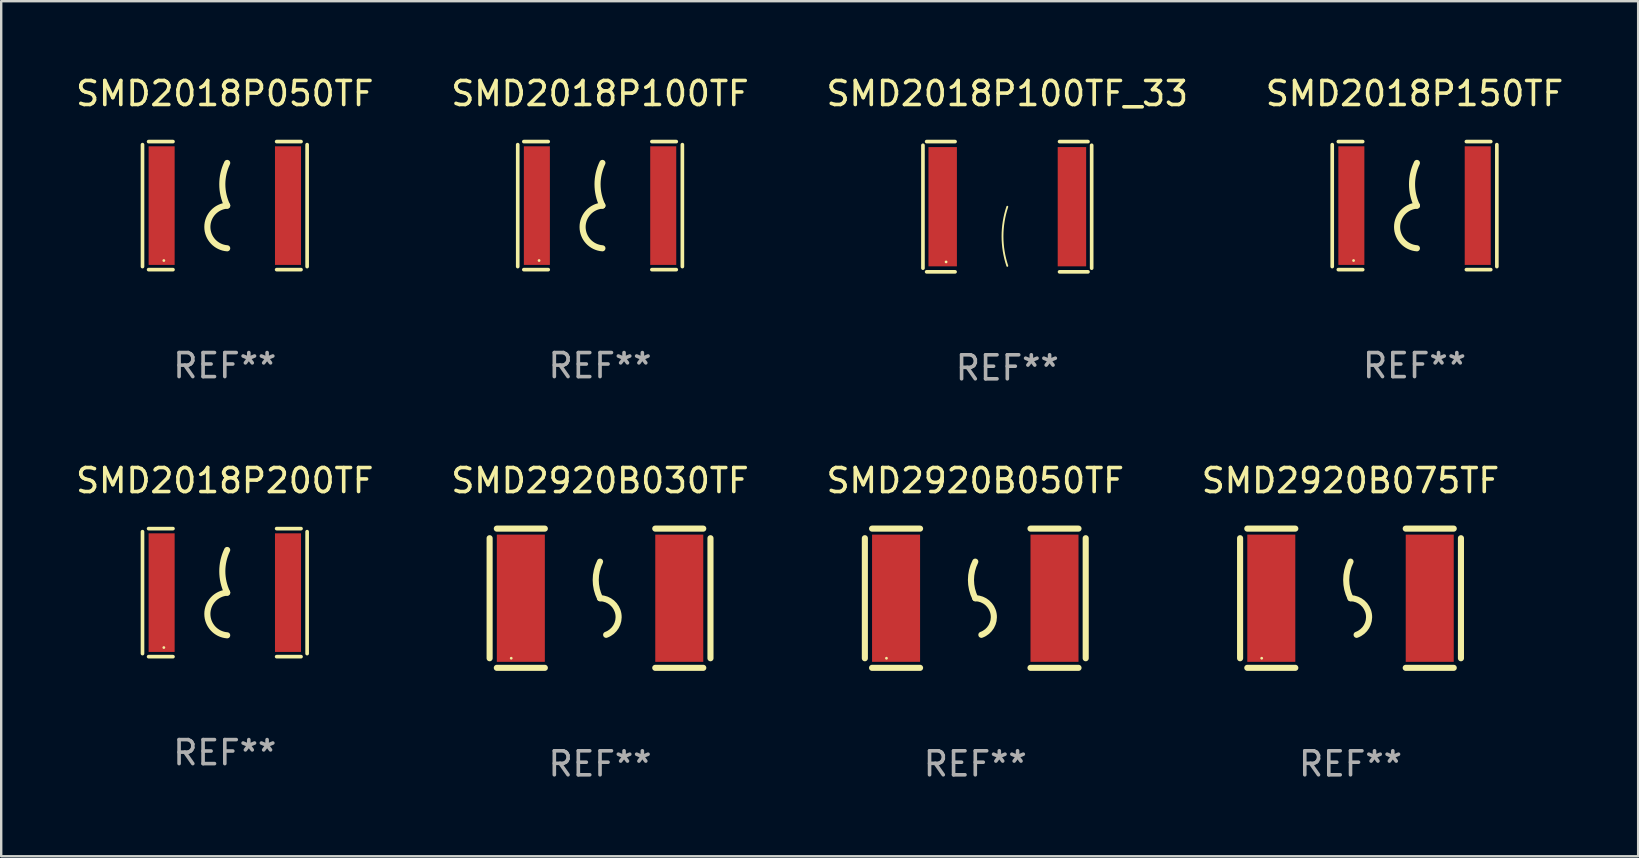
<source format=kicad_pcb>
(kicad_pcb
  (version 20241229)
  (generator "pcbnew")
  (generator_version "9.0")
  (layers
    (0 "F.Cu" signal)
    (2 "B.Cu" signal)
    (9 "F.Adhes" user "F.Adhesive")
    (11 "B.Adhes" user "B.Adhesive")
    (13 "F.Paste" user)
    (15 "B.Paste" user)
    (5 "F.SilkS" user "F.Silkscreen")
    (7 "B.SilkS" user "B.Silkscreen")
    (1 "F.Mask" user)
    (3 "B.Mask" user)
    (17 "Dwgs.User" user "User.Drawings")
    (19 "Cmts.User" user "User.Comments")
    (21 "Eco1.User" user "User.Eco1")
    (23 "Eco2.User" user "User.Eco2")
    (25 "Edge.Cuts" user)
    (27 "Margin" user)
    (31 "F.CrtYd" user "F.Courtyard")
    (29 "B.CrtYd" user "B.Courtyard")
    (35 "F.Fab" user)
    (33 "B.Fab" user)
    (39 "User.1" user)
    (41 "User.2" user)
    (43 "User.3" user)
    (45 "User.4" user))
  (footprint "SMD2018P100TF"
    (layer "F.Cu")
    (at 21.946 5.515)
    (property "Reference" "SMD2018P100TF" (at 0 -4.667 0) (layer "F.SilkS") (effects (font (size 1 1) (thickness 0.15))))
    (attr through_hole)
    (fp_line (start -3.429 2.54) (end -3.429 -2.54) (stroke (width 0.152) (type solid)) (layer "F.SilkS"))
    (fp_line (start -3.175 2.667) (end -2.159 2.667) (stroke (width 0.152) (type solid)) (layer "F.SilkS"))
    (fp_line (start -2.159 -2.667) (end -3.175 -2.667) (stroke (width 0.152) (type solid)) (layer "F.SilkS"))
    (fp_line (start 2.159 2.667) (end 3.175 2.667) (stroke (width 0.152) (type solid)) (layer "F.SilkS"))
    (fp_line (start 3.175 -2.667) (end 2.159 -2.667) (stroke (width 0.152) (type solid)) (layer "F.SilkS"))
    (fp_line (start 3.429 -2.54) (end 3.429 2.54) (stroke (width 0.152) (type solid)) (layer "F.SilkS"))
    (fp_arc (start 0.09873 -0.000001) (mid -0.104416 -0.889002) (end 0.09873 -1.778004) (stroke (width 0.254001) (type solid)) (layer "F.SilkS"))
    (fp_arc (start 0.09873 1.778004) (mid -0.727058 0.889002) (end 0.098731 0) (stroke (width 0.254001) (type solid)) (layer "F.SilkS"))
    (fp_circle (center -2.54 2.288) (end -2.51 2.288) (stroke (width 0.06) (type solid)) (fill no) (layer "F.SilkS"))
    (fp_text user "REF**" (at 0 6.667 0) (layer "F.Fab") (effects (font (size 1 1) (thickness 0.15))))
    (pad "1" smd rect (at -2.632 0) (size 1.084 4.941) (layers "F.Cu" "F.Mask" "F.Paste"))
    (pad "2" smd rect (at 2.632 0) (size 1.084 4.941) (layers "F.Cu" "F.Mask" "F.Paste")))
  (footprint "SMD2018P150TF"
    (layer "F.Cu")
    (at 55.875 5.515)
    (property "Reference" "SMD2018P150TF" (at 0 -4.667 0) (layer "F.SilkS") (effects (font (size 1 1) (thickness 0.15))))
    (attr through_hole)
    (fp_line (start -3.429 2.54) (end -3.429 -2.54) (stroke (width 0.152) (type solid)) (layer "F.SilkS"))
    (fp_line (start -3.175 2.667) (end -2.159 2.667) (stroke (width 0.152) (type solid)) (layer "F.SilkS"))
    (fp_line (start -2.159 -2.667) (end -3.175 -2.667) (stroke (width 0.152) (type solid)) (layer "F.SilkS"))
    (fp_line (start 2.159 2.667) (end 3.175 2.667) (stroke (width 0.152) (type solid)) (layer "F.SilkS"))
    (fp_line (start 3.175 -2.667) (end 2.159 -2.667) (stroke (width 0.152) (type solid)) (layer "F.SilkS"))
    (fp_line (start 3.429 -2.54) (end 3.429 2.54) (stroke (width 0.152) (type solid)) (layer "F.SilkS"))
    (fp_arc (start 0.09873 -0.000001) (mid -0.104416 -0.889002) (end 0.09873 -1.778004) (stroke (width 0.254001) (type solid)) (layer "F.SilkS"))
    (fp_arc (start 0.09873 1.778004) (mid -0.727058 0.889002) (end 0.098731 0) (stroke (width 0.254001) (type solid)) (layer "F.SilkS"))
    (fp_circle (center -2.54 2.288) (end -2.51 2.288) (stroke (width 0.06) (type solid)) (fill no) (layer "F.SilkS"))
    (fp_text user "REF**" (at 0 6.667 0) (layer "F.Fab") (effects (font (size 1 1) (thickness 0.15))))
    (pad "1" smd rect (at -2.632 0) (size 1.084 4.941) (layers "F.Cu" "F.Mask" "F.Paste"))
    (pad "2" smd rect (at 2.632 0) (size 1.084 4.941) (layers "F.Cu" "F.Mask" "F.Paste")))
  (footprint "SMD2920B050TF"
    (layer "F.Cu")
    (at 37.577 21.87)
    (property "Reference" "SMD2920B050TF" (at 0 -4.9 0) (layer "F.SilkS") (effects (font (size 1 1) (thickness 0.15))))
    (attr through_hole)
    (fp_line (start -4.6 -2.5) (end -4.6 2.5) (stroke (width 0.254) (type solid)) (layer "F.SilkS"))
    (fp_line (start -4.3 -2.9) (end -2.3 -2.9) (stroke (width 0.254) (type solid)) (layer "F.SilkS"))
    (fp_line (start -4.3 2.9) (end -2.3 2.9) (stroke (width 0.254) (type solid)) (layer "F.SilkS"))
    (fp_line (start 2.3 -2.9) (end 4.3 -2.9) (stroke (width 0.254) (type solid)) (layer "F.SilkS"))
    (fp_line (start 2.3 2.9) (end 4.3 2.9) (stroke (width 0.254) (type solid)) (layer "F.SilkS"))
    (fp_line (start 4.6 -2.5) (end 4.6 2.5) (stroke (width 0.254) (type solid)) (layer "F.SilkS"))
    (fp_arc (start 0 0) (mid -0.179884 -0.762002) (end 0 -1.524003) (stroke (width 0.254001) (type solid)) (layer "F.SilkS"))
    (fp_arc (start 0 0) (mid 0.763086 0.655987) (end 0.254001 1.524003) (stroke (width 0.254001) (type solid)) (layer "F.SilkS"))
    (fp_circle (center -3.7 2.5) (end -3.67 2.5) (stroke (width 0.06) (type solid)) (fill no) (layer "F.SilkS"))
    (fp_text user "REF**" (at 0 6.9 0) (layer "F.Fab") (effects (font (size 1 1) (thickness 0.15))))
    (pad "1" smd rect (at -3.3 0) (size 2 5.3) (layers "F.Cu" "F.Mask" "F.Paste"))
    (pad "2" smd rect (at 3.3 0) (size 2 5.3) (layers "F.Cu" "F.Mask" "F.Paste")))
  (footprint "SMD2018P100TF_33"
    (layer "F.Cu")
    (at 38.911 5.561)
    (property "Reference" "SMD2018P100TF_33" (at 0 -4.713 0) (layer "F.SilkS") (effects (font (size 1 1) (thickness 0.15))))
    (attr through_hole)
    (fp_line (start -3.514 -2.56) (end -3.514 2.56) (stroke (width 0.152) (type solid)) (layer "F.SilkS"))
    (fp_line (start -3.361 2.713) (end -2.176 2.713) (stroke (width 0.152) (type solid)) (layer "F.SilkS"))
    (fp_line (start -2.176 -2.713) (end -3.361 -2.713) (stroke (width 0.152) (type solid)) (layer "F.SilkS"))
    (fp_line (start 2.176 -2.713) (end 3.361 -2.713) (stroke (width 0.152) (type solid)) (layer "F.SilkS"))
    (fp_line (start 3.361 2.713) (end 2.176 2.713) (stroke (width 0.152) (type solid)) (layer "F.SilkS"))
    (fp_line (start 3.514 -2.56) (end 3.514 2.56) (stroke (width 0.152) (type solid)) (layer "F.SilkS"))
    (fp_arc (start 0 2.464951) (mid -0.200003 1.232475) (end 0 0) (stroke (width 0.0762) (type solid)) (layer "F.SilkS"))
    (fp_circle (center -2.55 2.3) (end -2.52 2.3) (stroke (width 0.06) (type solid)) (fill no) (layer "F.SilkS"))
    (fp_text user "REF**" (at 0 6.713 0) (layer "F.Fab") (effects (font (size 1 1) (thickness 0.15))))
    (pad "1" smd rect (at -2.692 0) (size 1.185 4.968) (layers "F.Cu" "F.Mask" "F.Paste"))
    (pad "2" smd rect (at 2.692 0) (size 1.185 4.968) (layers "F.Cu" "F.Mask" "F.Paste")))
  (footprint "SMD2018P050TF"
    (layer "F.Cu")
    (at 6.315 5.515)
    (property "Reference" "SMD2018P050TF" (at 0 -4.667 0) (layer "F.SilkS") (effects (font (size 1 1) (thickness 0.15))))
    (attr through_hole)
    (fp_line (start -3.429 2.54) (end -3.429 -2.54) (stroke (width 0.152) (type solid)) (layer "F.SilkS"))
    (fp_line (start -3.175 2.667) (end -2.159 2.667) (stroke (width 0.152) (type solid)) (layer "F.SilkS"))
    (fp_line (start -2.159 -2.667) (end -3.175 -2.667) (stroke (width 0.152) (type solid)) (layer "F.SilkS"))
    (fp_line (start 2.159 2.667) (end 3.175 2.667) (stroke (width 0.152) (type solid)) (layer "F.SilkS"))
    (fp_line (start 3.175 -2.667) (end 2.159 -2.667) (stroke (width 0.152) (type solid)) (layer "F.SilkS"))
    (fp_line (start 3.429 -2.54) (end 3.429 2.54) (stroke (width 0.152) (type solid)) (layer "F.SilkS"))
    (fp_arc (start 0.09873 -0.000001) (mid -0.104416 -0.889002) (end 0.09873 -1.778004) (stroke (width 0.254001) (type solid)) (layer "F.SilkS"))
    (fp_arc (start 0.09873 1.778004) (mid -0.727058 0.889002) (end 0.098731 0) (stroke (width 0.254001) (type solid)) (layer "F.SilkS"))
    (fp_circle (center -2.54 2.288) (end -2.51 2.288) (stroke (width 0.06) (type solid)) (fill no) (layer "F.SilkS"))
    (fp_text user "REF**" (at 0 6.667 0) (layer "F.Fab") (effects (font (size 1 1) (thickness 0.15))))
    (pad "1" smd rect (at -2.632 0) (size 1.084 4.941) (layers "F.Cu" "F.Mask" "F.Paste"))
    (pad "2" smd rect (at 2.632 0) (size 1.084 4.941) (layers "F.Cu" "F.Mask" "F.Paste")))
  (footprint "SMD2920B075TF"
    (layer "F.Cu")
    (at 53.208 21.87)
    (property "Reference" "SMD2920B075TF" (at 0 -4.9 0) (layer "F.SilkS") (effects (font (size 1 1) (thickness 0.15))))
    (attr through_hole)
    (fp_line (start -4.6 -2.5) (end -4.6 2.5) (stroke (width 0.254) (type solid)) (layer "F.SilkS"))
    (fp_line (start -4.3 -2.9) (end -2.3 -2.9) (stroke (width 0.254) (type solid)) (layer "F.SilkS"))
    (fp_line (start -4.3 2.9) (end -2.3 2.9) (stroke (width 0.254) (type solid)) (layer "F.SilkS"))
    (fp_line (start 2.3 -2.9) (end 4.3 -2.9) (stroke (width 0.254) (type solid)) (layer "F.SilkS"))
    (fp_line (start 2.3 2.9) (end 4.3 2.9) (stroke (width 0.254) (type solid)) (layer "F.SilkS"))
    (fp_line (start 4.6 -2.5) (end 4.6 2.5) (stroke (width 0.254) (type solid)) (layer "F.SilkS"))
    (fp_arc (start 0 0) (mid -0.179884 -0.762002) (end 0 -1.524003) (stroke (width 0.254001) (type solid)) (layer "F.SilkS"))
    (fp_arc (start 0 0) (mid 0.763086 0.655987) (end 0.254001 1.524003) (stroke (width 0.254001) (type solid)) (layer "F.SilkS"))
    (fp_circle (center -3.7 2.5) (end -3.67 2.5) (stroke (width 0.06) (type solid)) (fill no) (layer "F.SilkS"))
    (fp_text user "REF**" (at 0 6.9 0) (layer "F.Fab") (effects (font (size 1 1) (thickness 0.15))))
    (pad "1" smd rect (at -3.3 0) (size 2 5.3) (layers "F.Cu" "F.Mask" "F.Paste"))
    (pad "2" smd rect (at 3.3 0) (size 2 5.3) (layers "F.Cu" "F.Mask" "F.Paste")))
  (footprint "SMD2920B030TF"
    (layer "F.Cu")
    (at 21.946 21.87)
    (property "Reference" "SMD2920B030TF" (at 0 -4.9 0) (layer "F.SilkS") (effects (font (size 1 1) (thickness 0.15))))
    (attr through_hole)
    (fp_line (start -4.6 -2.5) (end -4.6 2.5) (stroke (width 0.254) (type solid)) (layer "F.SilkS"))
    (fp_line (start -4.3 -2.9) (end -2.3 -2.9) (stroke (width 0.254) (type solid)) (layer "F.SilkS"))
    (fp_line (start -4.3 2.9) (end -2.3 2.9) (stroke (width 0.254) (type solid)) (layer "F.SilkS"))
    (fp_line (start 2.3 -2.9) (end 4.3 -2.9) (stroke (width 0.254) (type solid)) (layer "F.SilkS"))
    (fp_line (start 2.3 2.9) (end 4.3 2.9) (stroke (width 0.254) (type solid)) (layer "F.SilkS"))
    (fp_line (start 4.6 -2.5) (end 4.6 2.5) (stroke (width 0.254) (type solid)) (layer "F.SilkS"))
    (fp_arc (start 0 0) (mid -0.179884 -0.762002) (end 0 -1.524003) (stroke (width 0.254001) (type solid)) (layer "F.SilkS"))
    (fp_arc (start 0 0) (mid 0.763086 0.655987) (end 0.254001 1.524003) (stroke (width 0.254001) (type solid)) (layer "F.SilkS"))
    (fp_circle (center -3.7 2.5) (end -3.67 2.5) (stroke (width 0.06) (type solid)) (fill no) (layer "F.SilkS"))
    (fp_text user "REF**" (at 0 6.9 0) (layer "F.Fab") (effects (font (size 1 1) (thickness 0.15))))
    (pad "1" smd rect (at -3.3 0) (size 2 5.3) (layers "F.Cu" "F.Mask" "F.Paste"))
    (pad "2" smd rect (at 3.3 0) (size 2 5.3) (layers "F.Cu" "F.Mask" "F.Paste")))
  (footprint "SMD2018P200TF"
    (layer "F.Cu")
    (at 6.315 21.637)
    (property "Reference" "SMD2018P200TF" (at 0 -4.667 0) (layer "F.SilkS") (effects (font (size 1 1) (thickness 0.15))))
    (attr through_hole)
    (fp_line (start -3.429 2.54) (end -3.429 -2.54) (stroke (width 0.152) (type solid)) (layer "F.SilkS"))
    (fp_line (start -3.175 2.667) (end -2.159 2.667) (stroke (width 0.152) (type solid)) (layer "F.SilkS"))
    (fp_line (start -2.159 -2.667) (end -3.175 -2.667) (stroke (width 0.152) (type solid)) (layer "F.SilkS"))
    (fp_line (start 2.159 2.667) (end 3.175 2.667) (stroke (width 0.152) (type solid)) (layer "F.SilkS"))
    (fp_line (start 3.175 -2.667) (end 2.159 -2.667) (stroke (width 0.152) (type solid)) (layer "F.SilkS"))
    (fp_line (start 3.429 -2.54) (end 3.429 2.54) (stroke (width 0.152) (type solid)) (layer "F.SilkS"))
    (fp_arc (start 0.09873 -0.000001) (mid -0.104416 -0.889002) (end 0.09873 -1.778004) (stroke (width 0.254001) (type solid)) (layer "F.SilkS"))
    (fp_arc (start 0.09873 1.778004) (mid -0.727058 0.889002) (end 0.098731 0) (stroke (width 0.254001) (type solid)) (layer "F.SilkS"))
    (fp_circle (center -2.54 2.288) (end -2.51 2.288) (stroke (width 0.06) (type solid)) (fill no) (layer "F.SilkS"))
    (fp_text user "REF**" (at 0 6.667 0) (layer "F.Fab") (effects (font (size 1 1) (thickness 0.15))))
    (pad "1" smd rect (at -2.632 0) (size 1.084 4.941) (layers "F.Cu" "F.Mask" "F.Paste"))
    (pad "2" smd rect (at 2.632 0) (size 1.084 4.941) (layers "F.Cu" "F.Mask" "F.Paste")))
  (gr_rect
    (start -3 -3)
    (end 65.19 32.618)
    (stroke (width 0.1) (type default))
    (fill no)
    (layer "Edge.Cuts")))
</source>
